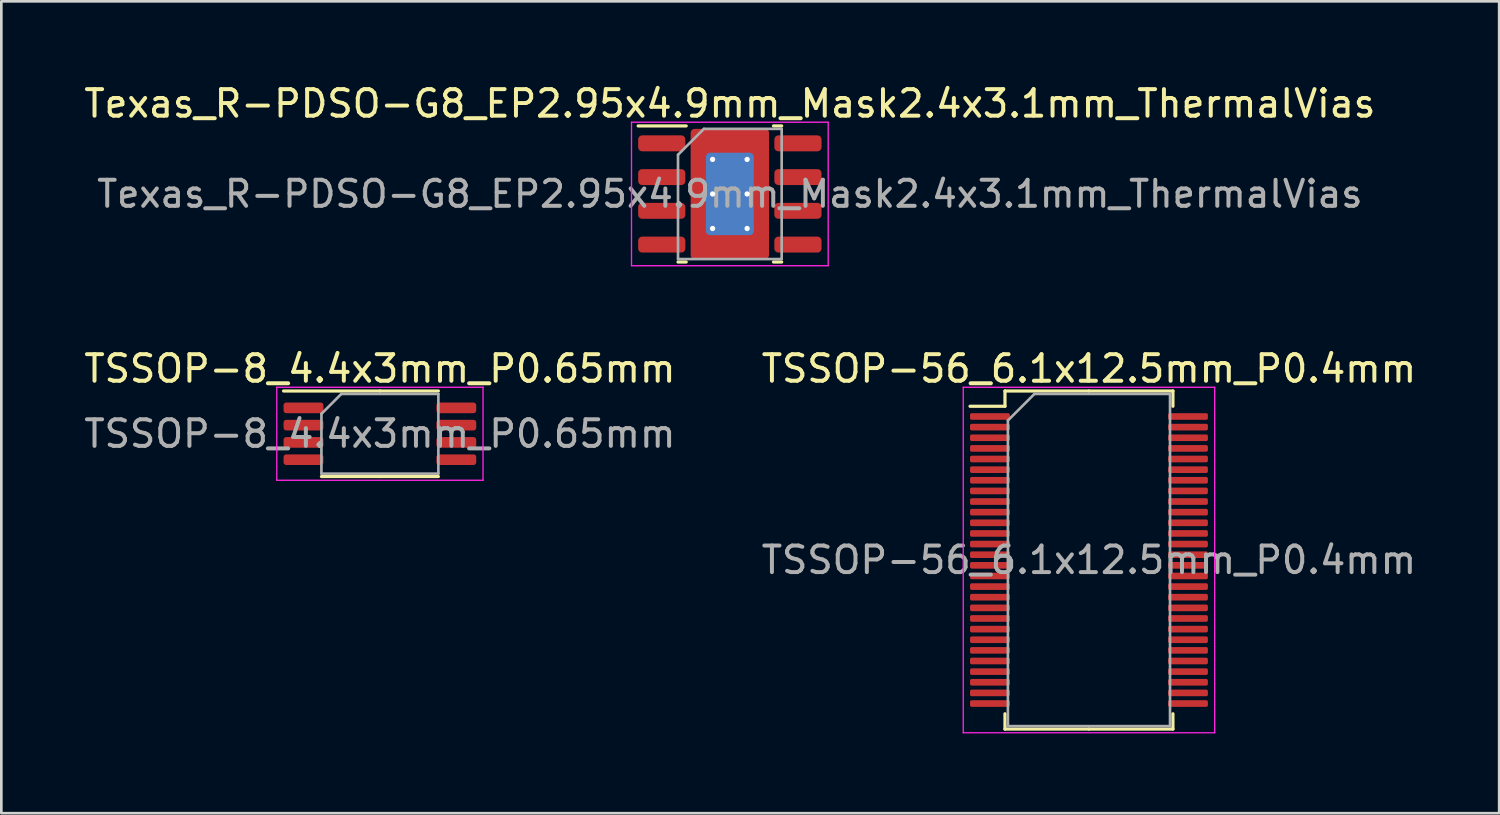
<source format=kicad_pcb>
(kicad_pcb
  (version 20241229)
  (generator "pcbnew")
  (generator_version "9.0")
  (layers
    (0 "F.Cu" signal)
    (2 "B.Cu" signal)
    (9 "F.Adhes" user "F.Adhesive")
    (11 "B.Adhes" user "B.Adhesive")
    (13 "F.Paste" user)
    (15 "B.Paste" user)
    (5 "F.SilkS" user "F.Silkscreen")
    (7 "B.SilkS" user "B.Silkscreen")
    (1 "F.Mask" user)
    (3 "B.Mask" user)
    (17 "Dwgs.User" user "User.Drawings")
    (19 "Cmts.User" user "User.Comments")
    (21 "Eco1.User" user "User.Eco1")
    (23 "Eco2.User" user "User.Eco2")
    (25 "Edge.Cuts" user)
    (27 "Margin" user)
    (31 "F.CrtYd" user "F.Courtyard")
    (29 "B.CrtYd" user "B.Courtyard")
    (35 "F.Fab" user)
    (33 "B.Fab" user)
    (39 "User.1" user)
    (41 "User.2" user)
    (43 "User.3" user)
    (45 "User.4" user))
  (footprint "Texas_R-PDSO-G8_EP2.95x4.9mm_Mask2.4x3.1mm_ThermalVias"
    (layer "F.Cu")
    (at 24.411 4.248)
    (property "Reference" "Texas_R-PDSO-G8_EP2.95x4.9mm_Mask2.4x3.1mm_ThermalVias" (at 0 -3.4 0) (layer "F.SilkS") (effects (font (size 1 1) (thickness 0.15))))
    (attr smd)
    (fp_line (start -1.642 -2.56) (end -3.45 -2.56) (stroke (width 0.12) (type solid)) (layer "F.SilkS"))
    (fp_line (start -1.642 2.56) (end -1.95 2.56) (stroke (width 0.12) (type solid)) (layer "F.SilkS"))
    (fp_line (start 1.642 -2.56) (end 1.95 -2.56) (stroke (width 0.12) (type solid)) (layer "F.SilkS"))
    (fp_line (start 1.642 2.56) (end 1.95 2.56) (stroke (width 0.12) (type solid)) (layer "F.SilkS"))
    (fp_line (start -3.7 -2.7) (end -3.7 2.7) (stroke (width 0.05) (type solid)) (layer "F.CrtYd"))
    (fp_line (start -3.7 2.7) (end 3.7 2.7) (stroke (width 0.05) (type solid)) (layer "F.CrtYd"))
    (fp_line (start 3.7 -2.7) (end -3.7 -2.7) (stroke (width 0.05) (type solid)) (layer "F.CrtYd"))
    (fp_line (start 3.7 2.7) (end 3.7 -2.7) (stroke (width 0.05) (type solid)) (layer "F.CrtYd"))
    (fp_line (start -1.95 -1.475) (end -0.975 -2.45) (stroke (width 0.1) (type solid)) (layer "F.Fab"))
    (fp_line (start -1.95 2.45) (end -1.95 -1.475) (stroke (width 0.1) (type solid)) (layer "F.Fab"))
    (fp_line (start -0.975 -2.45) (end 1.95 -2.45) (stroke (width 0.1) (type solid)) (layer "F.Fab"))
    (fp_line (start 1.95 -2.45) (end 1.95 2.45) (stroke (width 0.1) (type solid)) (layer "F.Fab"))
    (fp_line (start 1.95 2.45) (end -1.95 2.45) (stroke (width 0.1) (type solid)) (layer "F.Fab"))
    (fp_text user "${REFERENCE}" (at 0 0 0) (layer "F.Fab") (effects (font (size 0.98 0.98) (thickness 0.15))))
    (pad "" smd roundrect (at -0.6 -1.03) (size 1.04 0.89) (layers "F.Paste") (roundrect_rratio 0.25))
    (pad "" smd roundrect (at -0.6 0) (size 1.04 0.89) (layers "F.Paste") (roundrect_rratio 0.25))
    (pad "" smd roundrect (at -0.6 1.03) (size 1.04 0.89) (layers "F.Paste") (roundrect_rratio 0.25))
    (pad "" smd roundrect (at 0 0) (size 2.4 3.1) (layers "F.Mask") (roundrect_rratio 0.062))
    (pad "" smd roundrect (at 0.6 -1.03) (size 1.04 0.89) (layers "F.Paste") (roundrect_rratio 0.25))
    (pad "" smd roundrect (at 0.6 0) (size 1.04 0.89) (layers "F.Paste") (roundrect_rratio 0.25))
    (pad "" smd roundrect (at 0.6 1.03) (size 1.04 0.89) (layers "F.Paste") (roundrect_rratio 0.25))
    (pad "1" smd roundrect (at -2.562 -1.905) (size 1.775 0.6) (layers "F.Cu" "F.Mask" "F.Paste") (roundrect_rratio 0.25))
    (pad "2" smd roundrect (at -2.562 -0.635) (size 1.775 0.6) (layers "F.Cu" "F.Mask" "F.Paste") (roundrect_rratio 0.25))
    (pad "3" smd roundrect (at -2.562 0.635) (size 1.775 0.6) (layers "F.Cu" "F.Mask" "F.Paste") (roundrect_rratio 0.25))
    (pad "4" smd roundrect (at -2.562 1.905) (size 1.775 0.6) (layers "F.Cu" "F.Mask" "F.Paste") (roundrect_rratio 0.25))
    (pad "5" smd roundrect (at 2.562 1.905) (size 1.775 0.6) (layers "F.Cu" "F.Mask" "F.Paste") (roundrect_rratio 0.25))
    (pad "6" smd roundrect (at 2.562 0.635) (size 1.775 0.6) (layers "F.Cu" "F.Mask" "F.Paste") (roundrect_rratio 0.25))
    (pad "7" smd roundrect (at 2.562 -0.635) (size 1.775 0.6) (layers "F.Cu" "F.Mask" "F.Paste") (roundrect_rratio 0.25))
    (pad "8" smd roundrect (at 2.562 -1.905) (size 1.775 0.6) (layers "F.Cu" "F.Mask" "F.Paste") (roundrect_rratio 0.25))
    (pad "9" thru_hole circle (at -0.65 -1.3) (size 0.5 0.5) (drill 0.2) (layers "*.Cu"))
    (pad "9" thru_hole circle (at -0.65 0) (size 0.5 0.5) (drill 0.2) (layers "*.Cu"))
    (pad "9" thru_hole circle (at -0.65 1.3) (size 0.5 0.5) (drill 0.2) (layers "*.Cu"))
    (pad "9" smd roundrect (at 0 0) (size 1.8 3.1) (layers "B.Cu") (roundrect_rratio 0.083))
    (pad "9" smd roundrect (at 0 0) (size 2.95 4.9) (layers "F.Cu") (roundrect_rratio 0.051))
    (pad "9" thru_hole circle (at 0.65 -1.3) (size 0.5 0.5) (drill 0.2) (layers "*.Cu"))
    (pad "9" thru_hole circle (at 0.65 0) (size 0.5 0.5) (drill 0.2) (layers "*.Cu"))
    (pad "9" thru_hole circle (at 0.65 1.3) (size 0.5 0.5) (drill 0.2) (layers "*.Cu")))
  (footprint "TSSOP-56_6.1x12.5mm_P0.4mm"
    (layer "F.Cu")
    (at 37.923 18.021)
    (property "Reference" "TSSOP-56_6.1x12.5mm_P0.4mm" (at 0 -7.2 0) (layer "F.SilkS") (effects (font (size 1 1) (thickness 0.15))))
    (attr smd)
    (fp_line (start -3.16 -6.36) (end -3.16 -5.785) (stroke (width 0.12) (type solid)) (layer "F.SilkS"))
    (fp_line (start -3.16 -5.785) (end -4.475 -5.785) (stroke (width 0.12) (type solid)) (layer "F.SilkS"))
    (fp_line (start -3.16 6.36) (end -3.16 5.785) (stroke (width 0.12) (type solid)) (layer "F.SilkS"))
    (fp_line (start 0 -6.36) (end -3.16 -6.36) (stroke (width 0.12) (type solid)) (layer "F.SilkS"))
    (fp_line (start 0 -6.36) (end 3.16 -6.36) (stroke (width 0.12) (type solid)) (layer "F.SilkS"))
    (fp_line (start 0 6.36) (end -3.16 6.36) (stroke (width 0.12) (type solid)) (layer "F.SilkS"))
    (fp_line (start 0 6.36) (end 3.16 6.36) (stroke (width 0.12) (type solid)) (layer "F.SilkS"))
    (fp_line (start 3.16 -6.36) (end 3.16 -5.785) (stroke (width 0.12) (type solid)) (layer "F.SilkS"))
    (fp_line (start 3.16 6.36) (end 3.16 5.785) (stroke (width 0.12) (type solid)) (layer "F.SilkS"))
    (fp_line (start -4.73 -6.5) (end -4.73 6.5) (stroke (width 0.05) (type solid)) (layer "F.CrtYd"))
    (fp_line (start -4.73 6.5) (end 4.73 6.5) (stroke (width 0.05) (type solid)) (layer "F.CrtYd"))
    (fp_line (start 4.73 -6.5) (end -4.73 -6.5) (stroke (width 0.05) (type solid)) (layer "F.CrtYd"))
    (fp_line (start 4.73 6.5) (end 4.73 -6.5) (stroke (width 0.05) (type solid)) (layer "F.CrtYd"))
    (fp_line (start -3.05 -5.25) (end -2.05 -6.25) (stroke (width 0.1) (type solid)) (layer "F.Fab"))
    (fp_line (start -3.05 6.25) (end -3.05 -5.25) (stroke (width 0.1) (type solid)) (layer "F.Fab"))
    (fp_line (start -2.05 -6.25) (end 3.05 -6.25) (stroke (width 0.1) (type solid)) (layer "F.Fab"))
    (fp_line (start 3.05 -6.25) (end 3.05 6.25) (stroke (width 0.1) (type solid)) (layer "F.Fab"))
    (fp_line (start 3.05 6.25) (end -3.05 6.25) (stroke (width 0.1) (type solid)) (layer "F.Fab"))
    (fp_text user "${REFERENCE}" (at 0 0 0) (layer "F.Fab") (effects (font (size 1 1) (thickness 0.15))))
    (pad "1" smd roundrect (at -3.725 -5.4) (size 1.5 0.25) (layers "F.Cu" "F.Mask" "F.Paste") (roundrect_rratio 0.25))
    (pad "2" smd roundrect (at -3.725 -5) (size 1.5 0.25) (layers "F.Cu" "F.Mask" "F.Paste") (roundrect_rratio 0.25))
    (pad "3" smd roundrect (at -3.725 -4.6) (size 1.5 0.25) (layers "F.Cu" "F.Mask" "F.Paste") (roundrect_rratio 0.25))
    (pad "4" smd roundrect (at -3.725 -4.2) (size 1.5 0.25) (layers "F.Cu" "F.Mask" "F.Paste") (roundrect_rratio 0.25))
    (pad "5" smd roundrect (at -3.725 -3.8) (size 1.5 0.25) (layers "F.Cu" "F.Mask" "F.Paste") (roundrect_rratio 0.25))
    (pad "6" smd roundrect (at -3.725 -3.4) (size 1.5 0.25) (layers "F.Cu" "F.Mask" "F.Paste") (roundrect_rratio 0.25))
    (pad "7" smd roundrect (at -3.725 -3) (size 1.5 0.25) (layers "F.Cu" "F.Mask" "F.Paste") (roundrect_rratio 0.25))
    (pad "8" smd roundrect (at -3.725 -2.6) (size 1.5 0.25) (layers "F.Cu" "F.Mask" "F.Paste") (roundrect_rratio 0.25))
    (pad "9" smd roundrect (at -3.725 -2.2) (size 1.5 0.25) (layers "F.Cu" "F.Mask" "F.Paste") (roundrect_rratio 0.25))
    (pad "10" smd roundrect (at -3.725 -1.8) (size 1.5 0.25) (layers "F.Cu" "F.Mask" "F.Paste") (roundrect_rratio 0.25))
    (pad "11" smd roundrect (at -3.725 -1.4) (size 1.5 0.25) (layers "F.Cu" "F.Mask" "F.Paste") (roundrect_rratio 0.25))
    (pad "12" smd roundrect (at -3.725 -1) (size 1.5 0.25) (layers "F.Cu" "F.Mask" "F.Paste") (roundrect_rratio 0.25))
    (pad "13" smd roundrect (at -3.725 -0.6) (size 1.5 0.25) (layers "F.Cu" "F.Mask" "F.Paste") (roundrect_rratio 0.25))
    (pad "14" smd roundrect (at -3.725 -0.2) (size 1.5 0.25) (layers "F.Cu" "F.Mask" "F.Paste") (roundrect_rratio 0.25))
    (pad "15" smd roundrect (at -3.725 0.2) (size 1.5 0.25) (layers "F.Cu" "F.Mask" "F.Paste") (roundrect_rratio 0.25))
    (pad "16" smd roundrect (at -3.725 0.6) (size 1.5 0.25) (layers "F.Cu" "F.Mask" "F.Paste") (roundrect_rratio 0.25))
    (pad "17" smd roundrect (at -3.725 1) (size 1.5 0.25) (layers "F.Cu" "F.Mask" "F.Paste") (roundrect_rratio 0.25))
    (pad "18" smd roundrect (at -3.725 1.4) (size 1.5 0.25) (layers "F.Cu" "F.Mask" "F.Paste") (roundrect_rratio 0.25))
    (pad "19" smd roundrect (at -3.725 1.8) (size 1.5 0.25) (layers "F.Cu" "F.Mask" "F.Paste") (roundrect_rratio 0.25))
    (pad "20" smd roundrect (at -3.725 2.2) (size 1.5 0.25) (layers "F.Cu" "F.Mask" "F.Paste") (roundrect_rratio 0.25))
    (pad "21" smd roundrect (at -3.725 2.6) (size 1.5 0.25) (layers "F.Cu" "F.Mask" "F.Paste") (roundrect_rratio 0.25))
    (pad "22" smd roundrect (at -3.725 3) (size 1.5 0.25) (layers "F.Cu" "F.Mask" "F.Paste") (roundrect_rratio 0.25))
    (pad "23" smd roundrect (at -3.725 3.4) (size 1.5 0.25) (layers "F.Cu" "F.Mask" "F.Paste") (roundrect_rratio 0.25))
    (pad "24" smd roundrect (at -3.725 3.8) (size 1.5 0.25) (layers "F.Cu" "F.Mask" "F.Paste") (roundrect_rratio 0.25))
    (pad "25" smd roundrect (at -3.725 4.2) (size 1.5 0.25) (layers "F.Cu" "F.Mask" "F.Paste") (roundrect_rratio 0.25))
    (pad "26" smd roundrect (at -3.725 4.6) (size 1.5 0.25) (layers "F.Cu" "F.Mask" "F.Paste") (roundrect_rratio 0.25))
    (pad "27" smd roundrect (at -3.725 5) (size 1.5 0.25) (layers "F.Cu" "F.Mask" "F.Paste") (roundrect_rratio 0.25))
    (pad "28" smd roundrect (at -3.725 5.4) (size 1.5 0.25) (layers "F.Cu" "F.Mask" "F.Paste") (roundrect_rratio 0.25))
    (pad "29" smd roundrect (at 3.725 5.4) (size 1.5 0.25) (layers "F.Cu" "F.Mask" "F.Paste") (roundrect_rratio 0.25))
    (pad "30" smd roundrect (at 3.725 5) (size 1.5 0.25) (layers "F.Cu" "F.Mask" "F.Paste") (roundrect_rratio 0.25))
    (pad "31" smd roundrect (at 3.725 4.6) (size 1.5 0.25) (layers "F.Cu" "F.Mask" "F.Paste") (roundrect_rratio 0.25))
    (pad "32" smd roundrect (at 3.725 4.2) (size 1.5 0.25) (layers "F.Cu" "F.Mask" "F.Paste") (roundrect_rratio 0.25))
    (pad "33" smd roundrect (at 3.725 3.8) (size 1.5 0.25) (layers "F.Cu" "F.Mask" "F.Paste") (roundrect_rratio 0.25))
    (pad "34" smd roundrect (at 3.725 3.4) (size 1.5 0.25) (layers "F.Cu" "F.Mask" "F.Paste") (roundrect_rratio 0.25))
    (pad "35" smd roundrect (at 3.725 3) (size 1.5 0.25) (layers "F.Cu" "F.Mask" "F.Paste") (roundrect_rratio 0.25))
    (pad "36" smd roundrect (at 3.725 2.6) (size 1.5 0.25) (layers "F.Cu" "F.Mask" "F.Paste") (roundrect_rratio 0.25))
    (pad "37" smd roundrect (at 3.725 2.2) (size 1.5 0.25) (layers "F.Cu" "F.Mask" "F.Paste") (roundrect_rratio 0.25))
    (pad "38" smd roundrect (at 3.725 1.8) (size 1.5 0.25) (layers "F.Cu" "F.Mask" "F.Paste") (roundrect_rratio 0.25))
    (pad "39" smd roundrect (at 3.725 1.4) (size 1.5 0.25) (layers "F.Cu" "F.Mask" "F.Paste") (roundrect_rratio 0.25))
    (pad "40" smd roundrect (at 3.725 1) (size 1.5 0.25) (layers "F.Cu" "F.Mask" "F.Paste") (roundrect_rratio 0.25))
    (pad "41" smd roundrect (at 3.725 0.6) (size 1.5 0.25) (layers "F.Cu" "F.Mask" "F.Paste") (roundrect_rratio 0.25))
    (pad "42" smd roundrect (at 3.725 0.2) (size 1.5 0.25) (layers "F.Cu" "F.Mask" "F.Paste") (roundrect_rratio 0.25))
    (pad "43" smd roundrect (at 3.725 -0.2) (size 1.5 0.25) (layers "F.Cu" "F.Mask" "F.Paste") (roundrect_rratio 0.25))
    (pad "44" smd roundrect (at 3.725 -0.6) (size 1.5 0.25) (layers "F.Cu" "F.Mask" "F.Paste") (roundrect_rratio 0.25))
    (pad "45" smd roundrect (at 3.725 -1) (size 1.5 0.25) (layers "F.Cu" "F.Mask" "F.Paste") (roundrect_rratio 0.25))
    (pad "46" smd roundrect (at 3.725 -1.4) (size 1.5 0.25) (layers "F.Cu" "F.Mask" "F.Paste") (roundrect_rratio 0.25))
    (pad "47" smd roundrect (at 3.725 -1.8) (size 1.5 0.25) (layers "F.Cu" "F.Mask" "F.Paste") (roundrect_rratio 0.25))
    (pad "48" smd roundrect (at 3.725 -2.2) (size 1.5 0.25) (layers "F.Cu" "F.Mask" "F.Paste") (roundrect_rratio 0.25))
    (pad "49" smd roundrect (at 3.725 -2.6) (size 1.5 0.25) (layers "F.Cu" "F.Mask" "F.Paste") (roundrect_rratio 0.25))
    (pad "50" smd roundrect (at 3.725 -3) (size 1.5 0.25) (layers "F.Cu" "F.Mask" "F.Paste") (roundrect_rratio 0.25))
    (pad "51" smd roundrect (at 3.725 -3.4) (size 1.5 0.25) (layers "F.Cu" "F.Mask" "F.Paste") (roundrect_rratio 0.25))
    (pad "52" smd roundrect (at 3.725 -3.8) (size 1.5 0.25) (layers "F.Cu" "F.Mask" "F.Paste") (roundrect_rratio 0.25))
    (pad "53" smd roundrect (at 3.725 -4.2) (size 1.5 0.25) (layers "F.Cu" "F.Mask" "F.Paste") (roundrect_rratio 0.25))
    (pad "54" smd roundrect (at 3.725 -4.6) (size 1.5 0.25) (layers "F.Cu" "F.Mask" "F.Paste") (roundrect_rratio 0.25))
    (pad "55" smd roundrect (at 3.725 -5) (size 1.5 0.25) (layers "F.Cu" "F.Mask" "F.Paste") (roundrect_rratio 0.25))
    (pad "56" smd roundrect (at 3.725 -5.4) (size 1.5 0.25) (layers "F.Cu" "F.Mask" "F.Paste") (roundrect_rratio 0.25)))
  (footprint "TSSOP-8_4.4x3mm_P0.65mm"
    (layer "F.Cu")
    (at 11.244 13.271)
    (property "Reference" "TSSOP-8_4.4x3mm_P0.65mm" (at 0 -2.45 0) (layer "F.SilkS") (effects (font (size 1 1) (thickness 0.15))))
    (attr smd)
    (fp_line (start 0 -1.61) (end -3.625 -1.61) (stroke (width 0.12) (type solid)) (layer "F.SilkS"))
    (fp_line (start 0 -1.61) (end 2.2 -1.61) (stroke (width 0.12) (type solid)) (layer "F.SilkS"))
    (fp_line (start 0 1.61) (end -2.2 1.61) (stroke (width 0.12) (type solid)) (layer "F.SilkS"))
    (fp_line (start 0 1.61) (end 2.2 1.61) (stroke (width 0.12) (type solid)) (layer "F.SilkS"))
    (fp_line (start -3.88 -1.75) (end -3.88 1.75) (stroke (width 0.05) (type solid)) (layer "F.CrtYd"))
    (fp_line (start -3.88 1.75) (end 3.88 1.75) (stroke (width 0.05) (type solid)) (layer "F.CrtYd"))
    (fp_line (start 3.88 -1.75) (end -3.88 -1.75) (stroke (width 0.05) (type solid)) (layer "F.CrtYd"))
    (fp_line (start 3.88 1.75) (end 3.88 -1.75) (stroke (width 0.05) (type solid)) (layer "F.CrtYd"))
    (fp_line (start -2.2 -0.75) (end -1.45 -1.5) (stroke (width 0.1) (type solid)) (layer "F.Fab"))
    (fp_line (start -2.2 1.5) (end -2.2 -0.75) (stroke (width 0.1) (type solid)) (layer "F.Fab"))
    (fp_line (start -1.45 -1.5) (end 2.2 -1.5) (stroke (width 0.1) (type solid)) (layer "F.Fab"))
    (fp_line (start 2.2 -1.5) (end 2.2 1.5) (stroke (width 0.1) (type solid)) (layer "F.Fab"))
    (fp_line (start 2.2 1.5) (end -2.2 1.5) (stroke (width 0.1) (type solid)) (layer "F.Fab"))
    (fp_text user "${REFERENCE}" (at 0 0 0) (layer "F.Fab") (effects (font (size 1 1) (thickness 0.15))))
    (pad "1" smd roundrect (at -2.875 -0.975) (size 1.5 0.4) (layers "F.Cu" "F.Mask" "F.Paste") (roundrect_rratio 0.25))
    (pad "2" smd roundrect (at -2.875 -0.325) (size 1.5 0.4) (layers "F.Cu" "F.Mask" "F.Paste") (roundrect_rratio 0.25))
    (pad "3" smd roundrect (at -2.875 0.325) (size 1.5 0.4) (layers "F.Cu" "F.Mask" "F.Paste") (roundrect_rratio 0.25))
    (pad "4" smd roundrect (at -2.875 0.975) (size 1.5 0.4) (layers "F.Cu" "F.Mask" "F.Paste") (roundrect_rratio 0.25))
    (pad "5" smd roundrect (at 2.875 0.975) (size 1.5 0.4) (layers "F.Cu" "F.Mask" "F.Paste") (roundrect_rratio 0.25))
    (pad "6" smd roundrect (at 2.875 0.325) (size 1.5 0.4) (layers "F.Cu" "F.Mask" "F.Paste") (roundrect_rratio 0.25))
    (pad "7" smd roundrect (at 2.875 -0.325) (size 1.5 0.4) (layers "F.Cu" "F.Mask" "F.Paste") (roundrect_rratio 0.25))
    (pad "8" smd roundrect (at 2.875 -0.975) (size 1.5 0.4) (layers "F.Cu" "F.Mask" "F.Paste") (roundrect_rratio 0.25)))
  (gr_rect
    (start -3 -3)
    (end 53.357 27.547)
    (stroke (width 0.1) (type default))
    (fill no)
    (layer "Edge.Cuts")))
</source>
